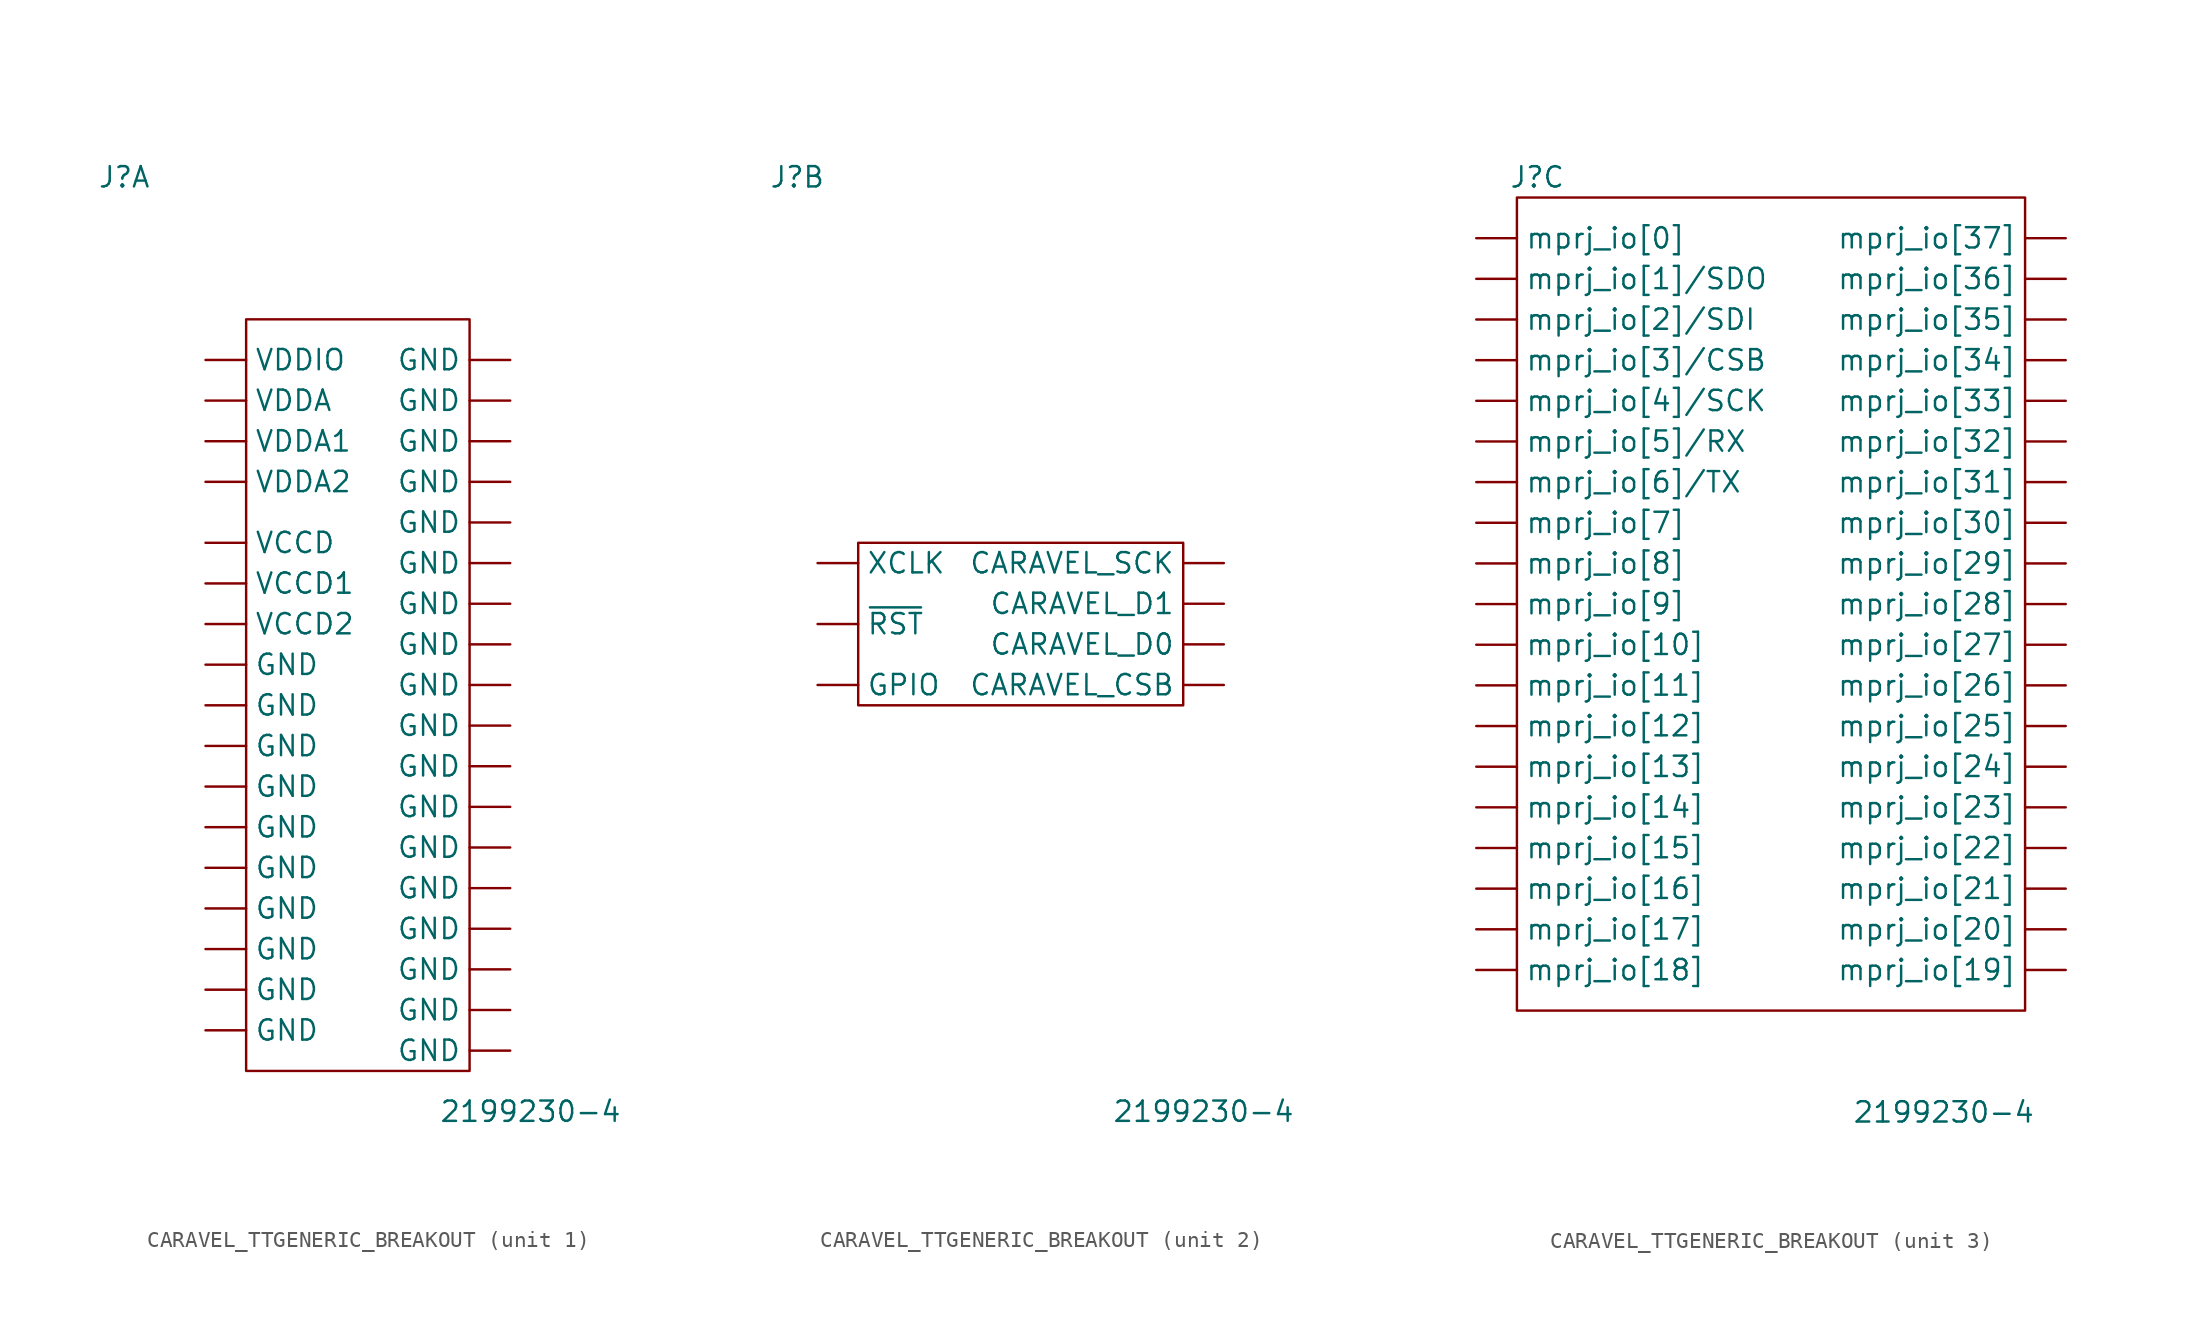
<source format=kicad_sym>
(kicad_symbol_lib
  (version 20231120)
  (generator "kicad_symbol_editor")
  (generator_version "8.0")
  (symbol "CARAVEL_TTGENERIC_BREAKOUT"
    (pin_numbers hide)
    (property "Reference" "J"
      (at -15.24 25.4 0)
      (effects (font (size 1.27 1.27))))
    (property "Value" "2199230-4"
      (at 10.16 -33.02 0)
      (effects (font (size 1.27 1.27))))
    (property "ki_locked" ""
      (at 0 0 0)
      (effects (font (size 1.27 1.27))))
    (symbol "CARAVEL_TTGENERIC_BREAKOUT_1_1"
      (rectangle (start -7.62 16.51) (end 6.35 -30.48) (stroke (width 0) (type default)) (fill (type none)))
      (pin power_in line (at 8.89 13.97 180) (length 2.54) (name "GND" (effects (font (size 1.27 1.27)))) (number "A1" (effects (font (size 1.27 1.27)))))
      (pin power_in line (at 8.89 1.27 180) (length 2.54) (name "GND" (effects (font (size 1.27 1.27)))) (number "A10" (effects (font (size 1.27 1.27)))))
      (pin power_in line (at 8.89 -1.27 180) (length 2.54) (name "GND" (effects (font (size 1.27 1.27)))) (number "A19" (effects (font (size 1.27 1.27)))))
      (pin power_in line (at -10.16 13.97 0) (length 2.54) (name "VDDIO" (effects (font (size 1.27 1.27)))) (number "A2" (effects (font (size 1.27 1.27)))))
      (pin power_in line (at 8.89 -3.81 180) (length 2.54) (name "GND" (effects (font (size 1.27 1.27)))) (number "A20" (effects (font (size 1.27 1.27)))))
      (pin power_in line (at 8.89 -6.35 180) (length 2.54) (name "GND" (effects (font (size 1.27 1.27)))) (number "A21" (effects (font (size 1.27 1.27)))))
      (pin power_in line (at 8.89 -8.89 180) (length 2.54) (name "GND" (effects (font (size 1.27 1.27)))) (number "A27" (effects (font (size 1.27 1.27)))))
      (pin power_in line (at 8.89 -11.43 180) (length 2.54) (name "GND" (effects (font (size 1.27 1.27)))) (number "A28" (effects (font (size 1.27 1.27)))))
      (pin power_in line (at 8.89 -13.97 180) (length 2.54) (name "GND" (effects (font (size 1.27 1.27)))) (number "A29" (effects (font (size 1.27 1.27)))))
      (pin power_in line (at 8.89 11.43 180) (length 2.54) (name "GND" (effects (font (size 1.27 1.27)))) (number "A3" (effects (font (size 1.27 1.27)))))
      (pin power_in line (at -10.16 11.43 0) (length 2.54) (name "VDDA" (effects (font (size 1.27 1.27)))) (number "A30" (effects (font (size 1.27 1.27)))))
      (pin power_in line (at 8.89 -16.51 180) (length 2.54) (name "GND" (effects (font (size 1.27 1.27)))) (number "A31" (effects (font (size 1.27 1.27)))))
      (pin power_in line (at -10.16 6.35 0) (length 2.54) (name "VDDA2" (effects (font (size 1.27 1.27)))) (number "A32" (effects (font (size 1.27 1.27)))))
      (pin power_in line (at 8.89 -19.05 180) (length 2.54) (name "GND" (effects (font (size 1.27 1.27)))) (number "A33" (effects (font (size 1.27 1.27)))))
      (pin power_in line (at -10.16 2.54 0) (length 2.54) (name "VCCD" (effects (font (size 1.27 1.27)))) (number "A34" (effects (font (size 1.27 1.27)))))
      (pin power_in line (at 8.89 -21.59 180) (length 2.54) (name "GND" (effects (font (size 1.27 1.27)))) (number "A35" (effects (font (size 1.27 1.27)))))
      (pin power_in line (at 8.89 -24.13 180) (length 2.54) (name "GND" (effects (font (size 1.27 1.27)))) (number "A36" (effects (font (size 1.27 1.27)))))
      (pin power_in line (at 8.89 -26.67 180) (length 2.54) (name "GND" (effects (font (size 1.27 1.27)))) (number "A39" (effects (font (size 1.27 1.27)))))
      (pin power_in line (at -10.16 -2.54 0) (length 2.54) (name "VCCD2" (effects (font (size 1.27 1.27)))) (number "A4" (effects (font (size 1.27 1.27)))))
      (pin power_in line (at 8.89 -29.21 180) (length 2.54) (name "GND" (effects (font (size 1.27 1.27)))) (number "A40" (effects (font (size 1.27 1.27)))))
      (pin power_in line (at 8.89 8.89 180) (length 2.54) (name "GND" (effects (font (size 1.27 1.27)))) (number "A5" (effects (font (size 1.27 1.27)))))
      (pin power_in line (at -10.16 8.89 0) (length 2.54) (name "VDDA1" (effects (font (size 1.27 1.27)))) (number "A6" (effects (font (size 1.27 1.27)))))
      (pin power_in line (at 8.89 6.35 180) (length 2.54) (name "GND" (effects (font (size 1.27 1.27)))) (number "A7" (effects (font (size 1.27 1.27)))))
      (pin power_in line (at -10.16 0 0) (length 2.54) (name "VCCD1" (effects (font (size 1.27 1.27)))) (number "A8" (effects (font (size 1.27 1.27)))))
      (pin power_in line (at 8.89 3.81 180) (length 2.54) (name "GND" (effects (font (size 1.27 1.27)))) (number "A9" (effects (font (size 1.27 1.27)))))
      (pin power_in line (at -10.16 -5.08 0) (length 2.54) (name "GND" (effects (font (size 1.27 1.27)))) (number "B1" (effects (font (size 1.27 1.27)))))
      (pin power_in line (at -10.16 -10.16 0) (length 2.54) (name "GND" (effects (font (size 1.27 1.27)))) (number "B11" (effects (font (size 1.27 1.27)))))
      (pin power_in line (at -10.16 -12.7 0) (length 2.54) (name "GND" (effects (font (size 1.27 1.27)))) (number "B12" (effects (font (size 1.27 1.27)))))
      (pin power_in line (at -10.16 -7.62 0) (length 2.54) (name "GND" (effects (font (size 1.27 1.27)))) (number "B2" (effects (font (size 1.27 1.27)))))
      (pin power_in line (at -10.16 -15.24 0) (length 2.54) (name "GND" (effects (font (size 1.27 1.27)))) (number "B21" (effects (font (size 1.27 1.27)))))
      (pin power_in line (at -10.16 -17.78 0) (length 2.54) (name "GND" (effects (font (size 1.27 1.27)))) (number "B22" (effects (font (size 1.27 1.27)))))
      (pin power_in line (at -10.16 -20.32 0) (length 2.54) (name "GND" (effects (font (size 1.27 1.27)))) (number "B31" (effects (font (size 1.27 1.27)))))
      (pin power_in line (at -10.16 -22.86 0) (length 2.54) (name "GND" (effects (font (size 1.27 1.27)))) (number "B32" (effects (font (size 1.27 1.27)))))
      (pin power_in line (at -10.16 -25.4 0) (length 2.54) (name "GND" (effects (font (size 1.27 1.27)))) (number "B39" (effects (font (size 1.27 1.27)))))
      (pin power_in line (at -10.16 -27.94 0) (length 2.54) (name "GND" (effects (font (size 1.27 1.27)))) (number "B40" (effects (font (size 1.27 1.27))))))
    (symbol "CARAVEL_TTGENERIC_BREAKOUT_2_1"
      (rectangle (start -11.43 2.54) (end 8.89 -7.62) (stroke (width 0) (type default)) (fill (type none)))
      (pin input line (at -13.97 -6.35 0) (length 2.54) (name "GPIO" (effects (font (size 1.27 1.27)))) (number "A22" (effects (font (size 1.27 1.27)))))
      (pin input line (at 11.43 1.27 180) (length 2.54) (name "CARAVEL_SCK" (effects (font (size 1.27 1.27)))) (number "A23" (effects (font (size 1.27 1.27)))))
      (pin bidirectional line (at 11.43 -1.27 180) (length 2.54) (name "CARAVEL_D1" (effects (font (size 1.27 1.27)))) (number "A24" (effects (font (size 1.27 1.27)))))
      (pin bidirectional line (at 11.43 -3.81 180) (length 2.54) (name "CARAVEL_D0" (effects (font (size 1.27 1.27)))) (number "A25" (effects (font (size 1.27 1.27)))))
      (pin input line (at 11.43 -6.35 180) (length 2.54) (name "CARAVEL_CSB" (effects (font (size 1.27 1.27)))) (number "A26" (effects (font (size 1.27 1.27)))))
      (pin input line (at -13.97 -2.54 0) (length 2.54) (name "~{RST}" (effects (font (size 1.27 1.27)))) (number "A37" (effects (font (size 1.27 1.27)))))
      (pin input line (at -13.97 1.27 0) (length 2.54) (name "XCLK" (effects (font (size 1.27 1.27)))) (number "A38" (effects (font (size 1.27 1.27))))))
    (symbol "CARAVEL_TTGENERIC_BREAKOUT_3_1"
      (rectangle (start -16.51 24.13) (end 15.24 -26.67) (stroke (width 0) (type default)) (fill (type none)))
      (pin bidirectional line (at -19.05 3.81 0) (length 2.54) (name "mprj_io[7]" (effects (font (size 1.27 1.27)))) (number "A11" (effects (font (size 1.27 1.27)))))
      (pin bidirectional line (at -19.05 6.35 0) (length 2.54) (name "mprj_io[6]/TX" (effects (font (size 1.27 1.27)))) (number "A12" (effects (font (size 1.27 1.27)))))
      (pin bidirectional line (at -19.05 8.89 0) (length 2.54) (name "mprj_io[5]/RX" (effects (font (size 1.27 1.27)))) (number "A13" (effects (font (size 1.27 1.27)))))
      (pin bidirectional line (at -19.05 11.43 0) (length 2.54) (name "mprj_io[4]/SCK" (effects (font (size 1.27 1.27)))) (number "A14" (effects (font (size 1.27 1.27)))))
      (pin bidirectional line (at -19.05 13.97 0) (length 2.54) (name "mprj_io[3]/CSB" (effects (font (size 1.27 1.27)))) (number "A15" (effects (font (size 1.27 1.27)))))
      (pin bidirectional line (at -19.05 16.51 0) (length 2.54) (name "mprj_io[2]/SDI" (effects (font (size 1.27 1.27)))) (number "A16" (effects (font (size 1.27 1.27)))))
      (pin bidirectional line (at -19.05 19.05 0) (length 2.54) (name "mprj_io[1]/SDO" (effects (font (size 1.27 1.27)))) (number "A17" (effects (font (size 1.27 1.27)))))
      (pin bidirectional line (at -19.05 21.59 0) (length 2.54) (name "mprj_io[0]" (effects (font (size 1.27 1.27)))) (number "A18" (effects (font (size 1.27 1.27)))))
      (pin bidirectional line (at -19.05 -13.97 0) (length 2.54) (name "mprj_io[14]" (effects (font (size 1.27 1.27)))) (number "B10" (effects (font (size 1.27 1.27)))))
      (pin bidirectional line (at -19.05 -21.59 0) (length 2.54) (name "mprj_io[17]" (effects (font (size 1.27 1.27)))) (number "B13" (effects (font (size 1.27 1.27)))))
      (pin bidirectional line (at -19.05 -19.05 0) (length 2.54) (name "mprj_io[16]" (effects (font (size 1.27 1.27)))) (number "B14" (effects (font (size 1.27 1.27)))))
      (pin bidirectional line (at 17.78 -24.13 180) (length 2.54) (name "mprj_io[19]" (effects (font (size 1.27 1.27)))) (number "B15" (effects (font (size 1.27 1.27)))))
      (pin bidirectional line (at -19.05 -24.13 0) (length 2.54) (name "mprj_io[18]" (effects (font (size 1.27 1.27)))) (number "B16" (effects (font (size 1.27 1.27)))))
      (pin bidirectional line (at 17.78 -19.05 180) (length 2.54) (name "mprj_io[21]" (effects (font (size 1.27 1.27)))) (number "B17" (effects (font (size 1.27 1.27)))))
      (pin bidirectional line (at 17.78 -21.59 180) (length 2.54) (name "mprj_io[20]" (effects (font (size 1.27 1.27)))) (number "B18" (effects (font (size 1.27 1.27)))))
      (pin bidirectional line (at 17.78 -13.97 180) (length 2.54) (name "mprj_io[23]" (effects (font (size 1.27 1.27)))) (number "B19" (effects (font (size 1.27 1.27)))))
      (pin bidirectional line (at 17.78 -16.51 180) (length 2.54) (name "mprj_io[22]" (effects (font (size 1.27 1.27)))) (number "B20" (effects (font (size 1.27 1.27)))))
      (pin bidirectional line (at 17.78 -8.89 180) (length 2.54) (name "mprj_io[25]" (effects (font (size 1.27 1.27)))) (number "B23" (effects (font (size 1.27 1.27)))))
      (pin bidirectional line (at 17.78 -11.43 180) (length 2.54) (name "mprj_io[24]" (effects (font (size 1.27 1.27)))) (number "B24" (effects (font (size 1.27 1.27)))))
      (pin bidirectional line (at 17.78 -3.81 180) (length 2.54) (name "mprj_io[27]" (effects (font (size 1.27 1.27)))) (number "B25" (effects (font (size 1.27 1.27)))))
      (pin bidirectional line (at 17.78 -6.35 180) (length 2.54) (name "mprj_io[26]" (effects (font (size 1.27 1.27)))) (number "B26" (effects (font (size 1.27 1.27)))))
      (pin bidirectional line (at 17.78 1.27 180) (length 2.54) (name "mprj_io[29]" (effects (font (size 1.27 1.27)))) (number "B27" (effects (font (size 1.27 1.27)))))
      (pin bidirectional line (at 17.78 -1.27 180) (length 2.54) (name "mprj_io[28]" (effects (font (size 1.27 1.27)))) (number "B28" (effects (font (size 1.27 1.27)))))
      (pin bidirectional line (at 17.78 6.35 180) (length 2.54) (name "mprj_io[31]" (effects (font (size 1.27 1.27)))) (number "B29" (effects (font (size 1.27 1.27)))))
      (pin bidirectional line (at -19.05 -1.27 0) (length 2.54) (name "mprj_io[9]" (effects (font (size 1.27 1.27)))) (number "B3" (effects (font (size 1.27 1.27)))))
      (pin bidirectional line (at 17.78 3.81 180) (length 2.54) (name "mprj_io[30]" (effects (font (size 1.27 1.27)))) (number "B30" (effects (font (size 1.27 1.27)))))
      (pin bidirectional line (at 17.78 11.43 180) (length 2.54) (name "mprj_io[33]" (effects (font (size 1.27 1.27)))) (number "B33" (effects (font (size 1.27 1.27)))))
      (pin bidirectional line (at 17.78 8.89 180) (length 2.54) (name "mprj_io[32]" (effects (font (size 1.27 1.27)))) (number "B34" (effects (font (size 1.27 1.27)))))
      (pin bidirectional line (at 17.78 16.51 180) (length 2.54) (name "mprj_io[35]" (effects (font (size 1.27 1.27)))) (number "B35" (effects (font (size 1.27 1.27)))))
      (pin bidirectional line (at 17.78 13.97 180) (length 2.54) (name "mprj_io[34]" (effects (font (size 1.27 1.27)))) (number "B36" (effects (font (size 1.27 1.27)))))
      (pin bidirectional line (at 17.78 21.59 180) (length 2.54) (name "mprj_io[37]" (effects (font (size 1.27 1.27)))) (number "B37" (effects (font (size 1.27 1.27)))))
      (pin bidirectional line (at 17.78 19.05 180) (length 2.54) (name "mprj_io[36]" (effects (font (size 1.27 1.27)))) (number "B38" (effects (font (size 1.27 1.27)))))
      (pin bidirectional line (at -19.05 1.27 0) (length 2.54) (name "mprj_io[8]" (effects (font (size 1.27 1.27)))) (number "B4" (effects (font (size 1.27 1.27)))))
      (pin bidirectional line (at -19.05 -6.35 0) (length 2.54) (name "mprj_io[11]" (effects (font (size 1.27 1.27)))) (number "B5" (effects (font (size 1.27 1.27)))))
      (pin bidirectional line (at -19.05 -3.81 0) (length 2.54) (name "mprj_io[10]" (effects (font (size 1.27 1.27)))) (number "B6" (effects (font (size 1.27 1.27)))))
      (pin bidirectional line (at -19.05 -11.43 0) (length 2.54) (name "mprj_io[13]" (effects (font (size 1.27 1.27)))) (number "B7" (effects (font (size 1.27 1.27)))))
      (pin bidirectional line (at -19.05 -8.89 0) (length 2.54) (name "mprj_io[12]" (effects (font (size 1.27 1.27)))) (number "B8" (effects (font (size 1.27 1.27)))))
      (pin bidirectional line (at -19.05 -16.51 0) (length 2.54) (name "mprj_io[15]" (effects (font (size 1.27 1.27)))) (number "B9" (effects (font (size 1.27 1.27))))))))
</source>
